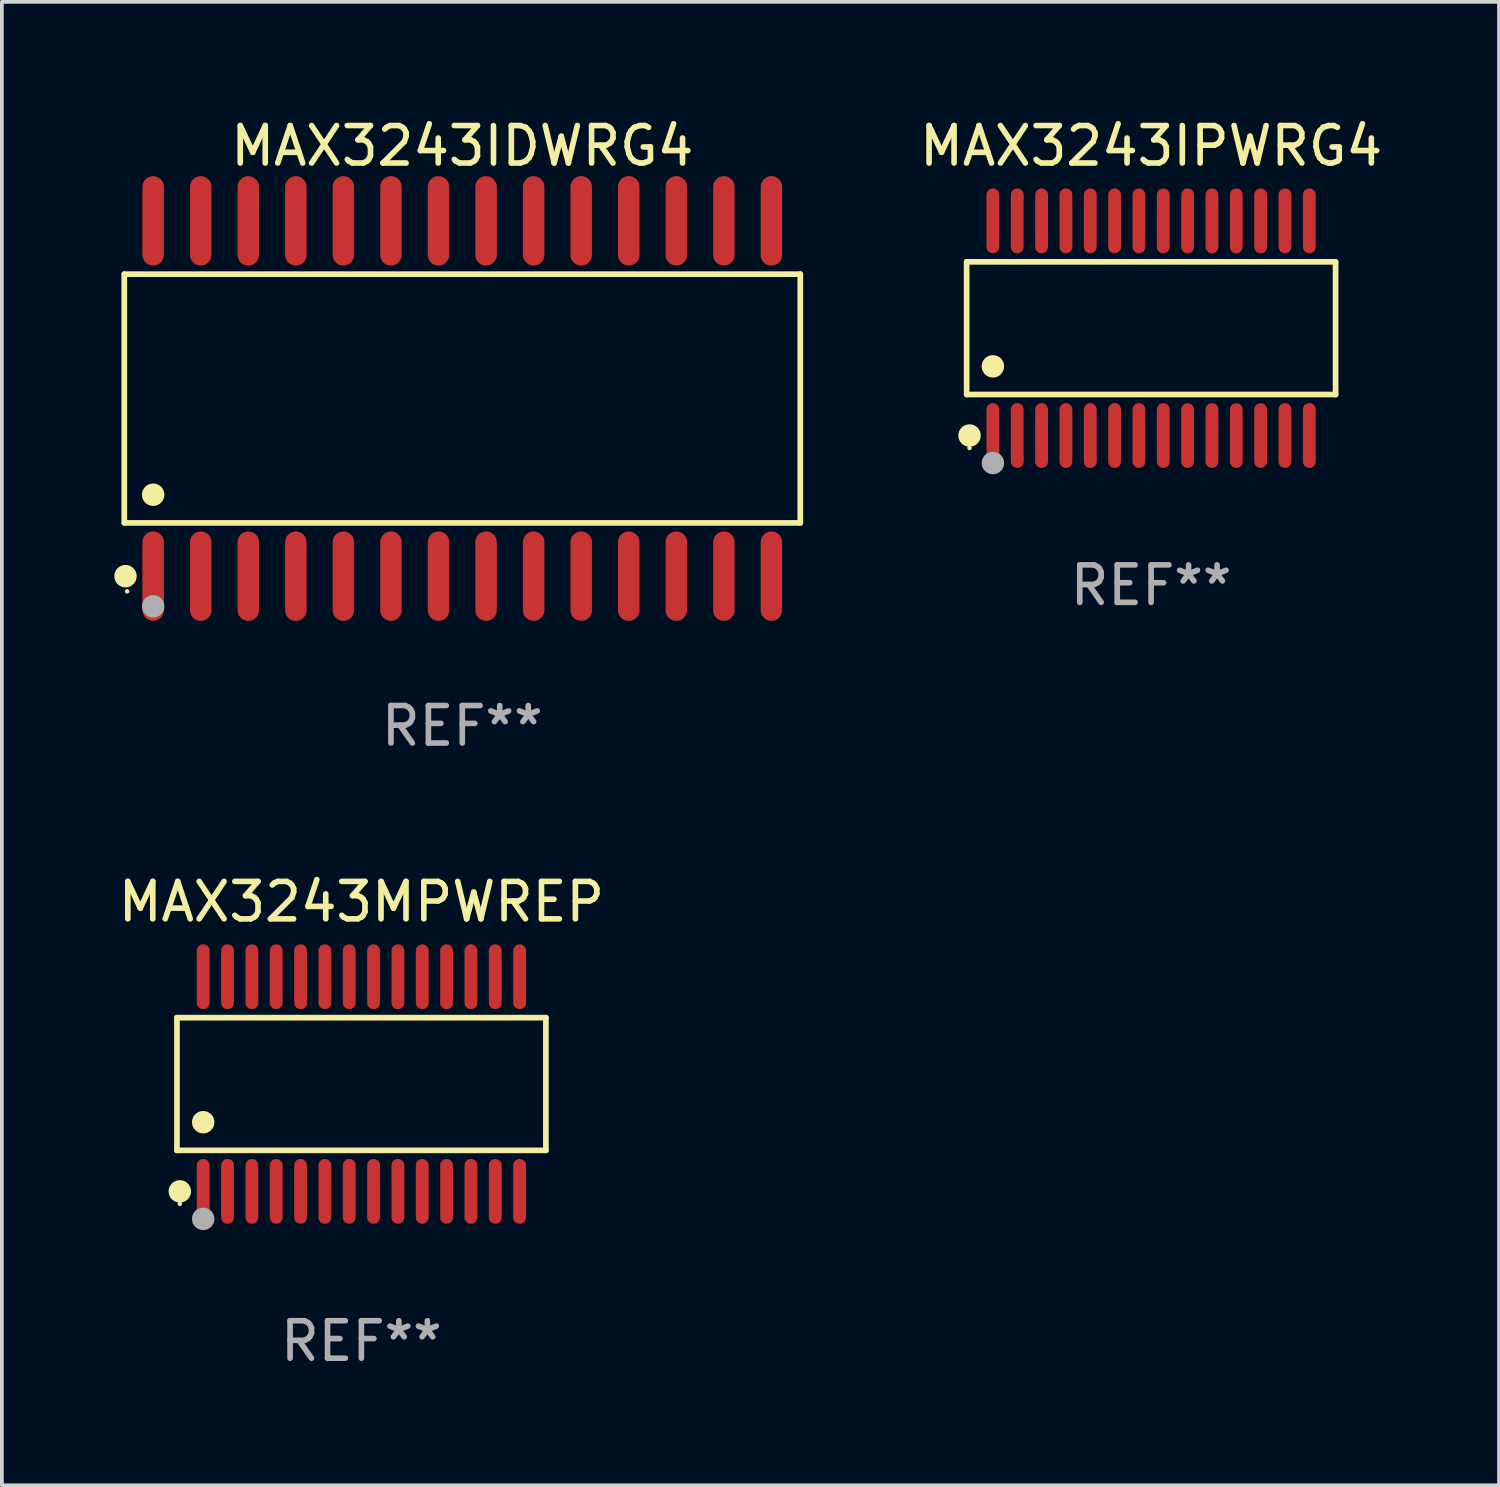
<source format=kicad_pcb>
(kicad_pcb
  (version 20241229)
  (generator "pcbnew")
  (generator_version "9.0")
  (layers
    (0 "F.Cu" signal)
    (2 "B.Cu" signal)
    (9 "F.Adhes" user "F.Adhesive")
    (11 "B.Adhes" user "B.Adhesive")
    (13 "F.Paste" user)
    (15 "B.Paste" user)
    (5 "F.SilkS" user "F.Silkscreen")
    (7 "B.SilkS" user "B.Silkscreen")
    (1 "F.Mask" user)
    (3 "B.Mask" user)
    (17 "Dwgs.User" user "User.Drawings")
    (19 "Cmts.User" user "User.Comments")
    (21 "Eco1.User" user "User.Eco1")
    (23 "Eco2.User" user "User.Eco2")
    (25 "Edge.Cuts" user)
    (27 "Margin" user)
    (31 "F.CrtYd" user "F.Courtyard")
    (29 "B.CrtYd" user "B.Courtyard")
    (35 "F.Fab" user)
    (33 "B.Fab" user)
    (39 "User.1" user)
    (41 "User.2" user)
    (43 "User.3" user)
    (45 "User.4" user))
  (footprint "MAX3243MPWREP"
    (layer "F.Cu")
    (at 6.601 25.898)
    (property "Reference" "MAX3243MPWREP" (at 0 -4.866 0) (layer "F.SilkS") (effects (font (size 1 1) (thickness 0.15))))
    (attr through_hole)
    (fp_line (start -4.926 -1.772) (end 4.926 -1.772) (stroke (width 0.152) (type solid)) (layer "F.SilkS"))
    (fp_line (start -4.926 1.771) (end -4.926 -1.772) (stroke (width 0.152) (type solid)) (layer "F.SilkS"))
    (fp_line (start 4.926 -1.772) (end 4.926 1.771) (stroke (width 0.152) (type solid)) (layer "F.SilkS"))
    (fp_line (start 4.926 1.771) (end -4.926 1.771) (stroke (width 0.152) (type solid)) (layer "F.SilkS"))
    (fp_circle (center -4.85 3.2) (end -4.82 3.2) (stroke (width 0.06) (type solid)) (fill no) (layer "F.SilkS"))
    (fp_circle (center -4.849 2.866) (end -4.699 2.866) (stroke (width 0.3) (type solid)) (fill no) (layer "F.SilkS"))
    (fp_circle (center -4.225 1.019) (end -4.075 1.019) (stroke (width 0.3) (type solid)) (fill no) (layer "F.SilkS"))
    (fp_circle (center -4.225 3.6) (end -4.075 3.6) (stroke (width 0.3) (type solid)) (fill no) (layer "F.Fab"))
    (fp_text user "REF**" (at 0 6.866 0) (layer "F.Fab") (effects (font (size 1 1) (thickness 0.15))))
    (pad "1" smd oval (at -4.225 2.866) (size 0.343 1.731) (layers "F.Cu" "F.Mask" "F.Paste"))
    (pad "2" smd oval (at -3.575 2.866) (size 0.343 1.731) (layers "F.Cu" "F.Mask" "F.Paste"))
    (pad "3" smd oval (at -2.925 2.866) (size 0.343 1.731) (layers "F.Cu" "F.Mask" "F.Paste"))
    (pad "4" smd oval (at -2.275 2.866) (size 0.343 1.731) (layers "F.Cu" "F.Mask" "F.Paste"))
    (pad "5" smd oval (at -1.625 2.866) (size 0.343 1.731) (layers "F.Cu" "F.Mask" "F.Paste"))
    (pad "6" smd oval (at -0.975 2.866) (size 0.343 1.731) (layers "F.Cu" "F.Mask" "F.Paste"))
    (pad "7" smd oval (at -0.325 2.866) (size 0.343 1.731) (layers "F.Cu" "F.Mask" "F.Paste"))
    (pad "8" smd oval (at 0.325 2.866) (size 0.343 1.731) (layers "F.Cu" "F.Mask" "F.Paste"))
    (pad "9" smd oval (at 0.975 2.866) (size 0.343 1.731) (layers "F.Cu" "F.Mask" "F.Paste"))
    (pad "10" smd oval (at 1.625 2.866) (size 0.343 1.731) (layers "F.Cu" "F.Mask" "F.Paste"))
    (pad "11" smd oval (at 2.275 2.866) (size 0.343 1.731) (layers "F.Cu" "F.Mask" "F.Paste"))
    (pad "12" smd oval (at 2.925 2.866) (size 0.343 1.731) (layers "F.Cu" "F.Mask" "F.Paste"))
    (pad "13" smd oval (at 3.575 2.866) (size 0.343 1.731) (layers "F.Cu" "F.Mask" "F.Paste"))
    (pad "14" smd oval (at 4.225 2.866) (size 0.343 1.731) (layers "F.Cu" "F.Mask" "F.Paste"))
    (pad "15" smd oval (at 4.225 -2.866) (size 0.343 1.731) (layers "F.Cu" "F.Mask" "F.Paste"))
    (pad "16" smd oval (at 3.575 -2.866) (size 0.343 1.731) (layers "F.Cu" "F.Mask" "F.Paste"))
    (pad "17" smd oval (at 2.925 -2.866) (size 0.343 1.731) (layers "F.Cu" "F.Mask" "F.Paste"))
    (pad "18" smd oval (at 2.275 -2.866) (size 0.343 1.731) (layers "F.Cu" "F.Mask" "F.Paste"))
    (pad "19" smd oval (at 1.625 -2.866) (size 0.343 1.731) (layers "F.Cu" "F.Mask" "F.Paste"))
    (pad "20" smd oval (at 0.975 -2.866) (size 0.343 1.731) (layers "F.Cu" "F.Mask" "F.Paste"))
    (pad "21" smd oval (at 0.325 -2.866) (size 0.343 1.731) (layers "F.Cu" "F.Mask" "F.Paste"))
    (pad "22" smd oval (at -0.325 -2.866) (size 0.343 1.731) (layers "F.Cu" "F.Mask" "F.Paste"))
    (pad "23" smd oval (at -0.975 -2.866) (size 0.343 1.731) (layers "F.Cu" "F.Mask" "F.Paste"))
    (pad "24" smd oval (at -1.625 -2.866) (size 0.343 1.731) (layers "F.Cu" "F.Mask" "F.Paste"))
    (pad "25" smd oval (at -2.275 -2.866) (size 0.343 1.731) (layers "F.Cu" "F.Mask" "F.Paste"))
    (pad "26" smd oval (at -2.925 -2.866) (size 0.343 1.731) (layers "F.Cu" "F.Mask" "F.Paste"))
    (pad "27" smd oval (at -3.575 -2.866) (size 0.343 1.731) (layers "F.Cu" "F.Mask" "F.Paste"))
    (pad "28" smd oval (at -4.225 -2.866) (size 0.343 1.731) (layers "F.Cu" "F.Mask" "F.Paste")))
  (footprint "MAX3243IPWRG4"
    (layer "F.Cu")
    (at 27.689 5.714)
    (property "Reference" "MAX3243IPWRG4" (at 0 -4.866 0) (layer "F.SilkS") (effects (font (size 1 1) (thickness 0.15))))
    (attr through_hole)
    (fp_line (start -4.926 -1.772) (end 4.926 -1.772) (stroke (width 0.152) (type solid)) (layer "F.SilkS"))
    (fp_line (start -4.926 1.771) (end -4.926 -1.772) (stroke (width 0.152) (type solid)) (layer "F.SilkS"))
    (fp_line (start 4.926 -1.772) (end 4.926 1.771) (stroke (width 0.152) (type solid)) (layer "F.SilkS"))
    (fp_line (start 4.926 1.771) (end -4.926 1.771) (stroke (width 0.152) (type solid)) (layer "F.SilkS"))
    (fp_circle (center -4.85 3.2) (end -4.82 3.2) (stroke (width 0.06) (type solid)) (fill no) (layer "F.SilkS"))
    (fp_circle (center -4.849 2.866) (end -4.699 2.866) (stroke (width 0.3) (type solid)) (fill no) (layer "F.SilkS"))
    (fp_circle (center -4.225 1.019) (end -4.075 1.019) (stroke (width 0.3) (type solid)) (fill no) (layer "F.SilkS"))
    (fp_circle (center -4.225 3.6) (end -4.075 3.6) (stroke (width 0.3) (type solid)) (fill no) (layer "F.Fab"))
    (fp_text user "REF**" (at 0 6.866 0) (layer "F.Fab") (effects (font (size 1 1) (thickness 0.15))))
    (pad "1" smd oval (at -4.225 2.866) (size 0.343 1.731) (layers "F.Cu" "F.Mask" "F.Paste"))
    (pad "2" smd oval (at -3.575 2.866) (size 0.343 1.731) (layers "F.Cu" "F.Mask" "F.Paste"))
    (pad "3" smd oval (at -2.925 2.866) (size 0.343 1.731) (layers "F.Cu" "F.Mask" "F.Paste"))
    (pad "4" smd oval (at -2.275 2.866) (size 0.343 1.731) (layers "F.Cu" "F.Mask" "F.Paste"))
    (pad "5" smd oval (at -1.625 2.866) (size 0.343 1.731) (layers "F.Cu" "F.Mask" "F.Paste"))
    (pad "6" smd oval (at -0.975 2.866) (size 0.343 1.731) (layers "F.Cu" "F.Mask" "F.Paste"))
    (pad "7" smd oval (at -0.325 2.866) (size 0.343 1.731) (layers "F.Cu" "F.Mask" "F.Paste"))
    (pad "8" smd oval (at 0.325 2.866) (size 0.343 1.731) (layers "F.Cu" "F.Mask" "F.Paste"))
    (pad "9" smd oval (at 0.975 2.866) (size 0.343 1.731) (layers "F.Cu" "F.Mask" "F.Paste"))
    (pad "10" smd oval (at 1.625 2.866) (size 0.343 1.731) (layers "F.Cu" "F.Mask" "F.Paste"))
    (pad "11" smd oval (at 2.275 2.866) (size 0.343 1.731) (layers "F.Cu" "F.Mask" "F.Paste"))
    (pad "12" smd oval (at 2.925 2.866) (size 0.343 1.731) (layers "F.Cu" "F.Mask" "F.Paste"))
    (pad "13" smd oval (at 3.575 2.866) (size 0.343 1.731) (layers "F.Cu" "F.Mask" "F.Paste"))
    (pad "14" smd oval (at 4.225 2.866) (size 0.343 1.731) (layers "F.Cu" "F.Mask" "F.Paste"))
    (pad "15" smd oval (at 4.225 -2.866) (size 0.343 1.731) (layers "F.Cu" "F.Mask" "F.Paste"))
    (pad "16" smd oval (at 3.575 -2.866) (size 0.343 1.731) (layers "F.Cu" "F.Mask" "F.Paste"))
    (pad "17" smd oval (at 2.925 -2.866) (size 0.343 1.731) (layers "F.Cu" "F.Mask" "F.Paste"))
    (pad "18" smd oval (at 2.275 -2.866) (size 0.343 1.731) (layers "F.Cu" "F.Mask" "F.Paste"))
    (pad "19" smd oval (at 1.625 -2.866) (size 0.343 1.731) (layers "F.Cu" "F.Mask" "F.Paste"))
    (pad "20" smd oval (at 0.975 -2.866) (size 0.343 1.731) (layers "F.Cu" "F.Mask" "F.Paste"))
    (pad "21" smd oval (at 0.325 -2.866) (size 0.343 1.731) (layers "F.Cu" "F.Mask" "F.Paste"))
    (pad "22" smd oval (at -0.325 -2.866) (size 0.343 1.731) (layers "F.Cu" "F.Mask" "F.Paste"))
    (pad "23" smd oval (at -0.975 -2.866) (size 0.343 1.731) (layers "F.Cu" "F.Mask" "F.Paste"))
    (pad "24" smd oval (at -1.625 -2.866) (size 0.343 1.731) (layers "F.Cu" "F.Mask" "F.Paste"))
    (pad "25" smd oval (at -2.275 -2.866) (size 0.343 1.731) (layers "F.Cu" "F.Mask" "F.Paste"))
    (pad "26" smd oval (at -2.925 -2.866) (size 0.343 1.731) (layers "F.Cu" "F.Mask" "F.Paste"))
    (pad "27" smd oval (at -3.575 -2.866) (size 0.343 1.731) (layers "F.Cu" "F.Mask" "F.Paste"))
    (pad "28" smd oval (at -4.225 -2.866) (size 0.343 1.731) (layers "F.Cu" "F.Mask" "F.Paste")))
  (footprint "MAX3243IDWRG4"
    (layer "F.Cu")
    (at 9.295 7.592)
    (property "Reference" "MAX3243IDWRG4" (at 0 -6.744 0) (layer "F.SilkS") (effects (font (size 1 1) (thickness 0.15))))
    (attr through_hole)
    (fp_line (start -9.026 -3.321) (end 9.026 -3.321) (stroke (width 0.152) (type solid)) (layer "F.SilkS"))
    (fp_line (start -9.026 3.321) (end -9.026 -3.321) (stroke (width 0.152) (type solid)) (layer "F.SilkS"))
    (fp_line (start 9.026 -3.321) (end 9.026 3.321) (stroke (width 0.152) (type solid)) (layer "F.SilkS"))
    (fp_line (start 9.026 3.321) (end -9.026 3.321) (stroke (width 0.152) (type solid)) (layer "F.SilkS"))
    (fp_circle (center -8.994 4.744) (end -8.844 4.744) (stroke (width 0.3) (type solid)) (fill no) (layer "F.SilkS"))
    (fp_circle (center -8.95 5.15) (end -8.92 5.15) (stroke (width 0.06) (type solid)) (fill no) (layer "F.SilkS"))
    (fp_circle (center -8.255 2.569) (end -8.105 2.569) (stroke (width 0.3) (type solid)) (fill no) (layer "F.SilkS"))
    (fp_circle (center -8.255 5.55) (end -8.105 5.55) (stroke (width 0.3) (type solid)) (fill no) (layer "F.Fab"))
    (fp_text user "REF**" (at 0 8.744 0) (layer "F.Fab") (effects (font (size 1 1) (thickness 0.15))))
    (pad "1" smd oval (at -8.255 4.744) (size 0.574 2.388) (layers "F.Cu" "F.Mask" "F.Paste"))
    (pad "2" smd oval (at -6.985 4.744) (size 0.574 2.388) (layers "F.Cu" "F.Mask" "F.Paste"))
    (pad "3" smd oval (at -5.715 4.744) (size 0.574 2.388) (layers "F.Cu" "F.Mask" "F.Paste"))
    (pad "4" smd oval (at -4.445 4.744) (size 0.574 2.388) (layers "F.Cu" "F.Mask" "F.Paste"))
    (pad "5" smd oval (at -3.175 4.744) (size 0.574 2.388) (layers "F.Cu" "F.Mask" "F.Paste"))
    (pad "6" smd oval (at -1.905 4.744) (size 0.574 2.388) (layers "F.Cu" "F.Mask" "F.Paste"))
    (pad "7" smd oval (at -0.635 4.744) (size 0.574 2.388) (layers "F.Cu" "F.Mask" "F.Paste"))
    (pad "8" smd oval (at 0.635 4.744) (size 0.574 2.388) (layers "F.Cu" "F.Mask" "F.Paste"))
    (pad "9" smd oval (at 1.905 4.744) (size 0.574 2.388) (layers "F.Cu" "F.Mask" "F.Paste"))
    (pad "10" smd oval (at 3.175 4.744) (size 0.574 2.388) (layers "F.Cu" "F.Mask" "F.Paste"))
    (pad "11" smd oval (at 4.445 4.744) (size 0.574 2.388) (layers "F.Cu" "F.Mask" "F.Paste"))
    (pad "12" smd oval (at 5.715 4.744) (size 0.574 2.388) (layers "F.Cu" "F.Mask" "F.Paste"))
    (pad "13" smd oval (at 6.985 4.744) (size 0.574 2.388) (layers "F.Cu" "F.Mask" "F.Paste"))
    (pad "14" smd oval (at 8.255 4.744) (size 0.574 2.388) (layers "F.Cu" "F.Mask" "F.Paste"))
    (pad "15" smd oval (at 8.255 -4.744) (size 0.574 2.388) (layers "F.Cu" "F.Mask" "F.Paste"))
    (pad "16" smd oval (at 6.985 -4.744) (size 0.574 2.388) (layers "F.Cu" "F.Mask" "F.Paste"))
    (pad "17" smd oval (at 5.715 -4.744) (size 0.574 2.388) (layers "F.Cu" "F.Mask" "F.Paste"))
    (pad "18" smd oval (at 4.445 -4.744) (size 0.574 2.388) (layers "F.Cu" "F.Mask" "F.Paste"))
    (pad "19" smd oval (at 3.175 -4.744) (size 0.574 2.388) (layers "F.Cu" "F.Mask" "F.Paste"))
    (pad "20" smd oval (at 1.905 -4.744) (size 0.574 2.388) (layers "F.Cu" "F.Mask" "F.Paste"))
    (pad "21" smd oval (at 0.635 -4.744) (size 0.574 2.388) (layers "F.Cu" "F.Mask" "F.Paste"))
    (pad "22" smd oval (at -0.635 -4.744) (size 0.574 2.388) (layers "F.Cu" "F.Mask" "F.Paste"))
    (pad "23" smd oval (at -1.905 -4.744) (size 0.574 2.388) (layers "F.Cu" "F.Mask" "F.Paste"))
    (pad "24" smd oval (at -3.175 -4.744) (size 0.574 2.388) (layers "F.Cu" "F.Mask" "F.Paste"))
    (pad "25" smd oval (at -4.445 -4.744) (size 0.574 2.388) (layers "F.Cu" "F.Mask" "F.Paste"))
    (pad "26" smd oval (at -5.715 -4.744) (size 0.574 2.388) (layers "F.Cu" "F.Mask" "F.Paste"))
    (pad "27" smd oval (at -6.985 -4.744) (size 0.574 2.388) (layers "F.Cu" "F.Mask" "F.Paste"))
    (pad "28" smd oval (at -8.255 -4.744) (size 0.574 2.388) (layers "F.Cu" "F.Mask" "F.Paste")))
  (gr_rect
    (start -3 -3)
    (end 36.98 36.612)
    (stroke (width 0.1) (type default))
    (fill no)
    (layer "Edge.Cuts")))
</source>
